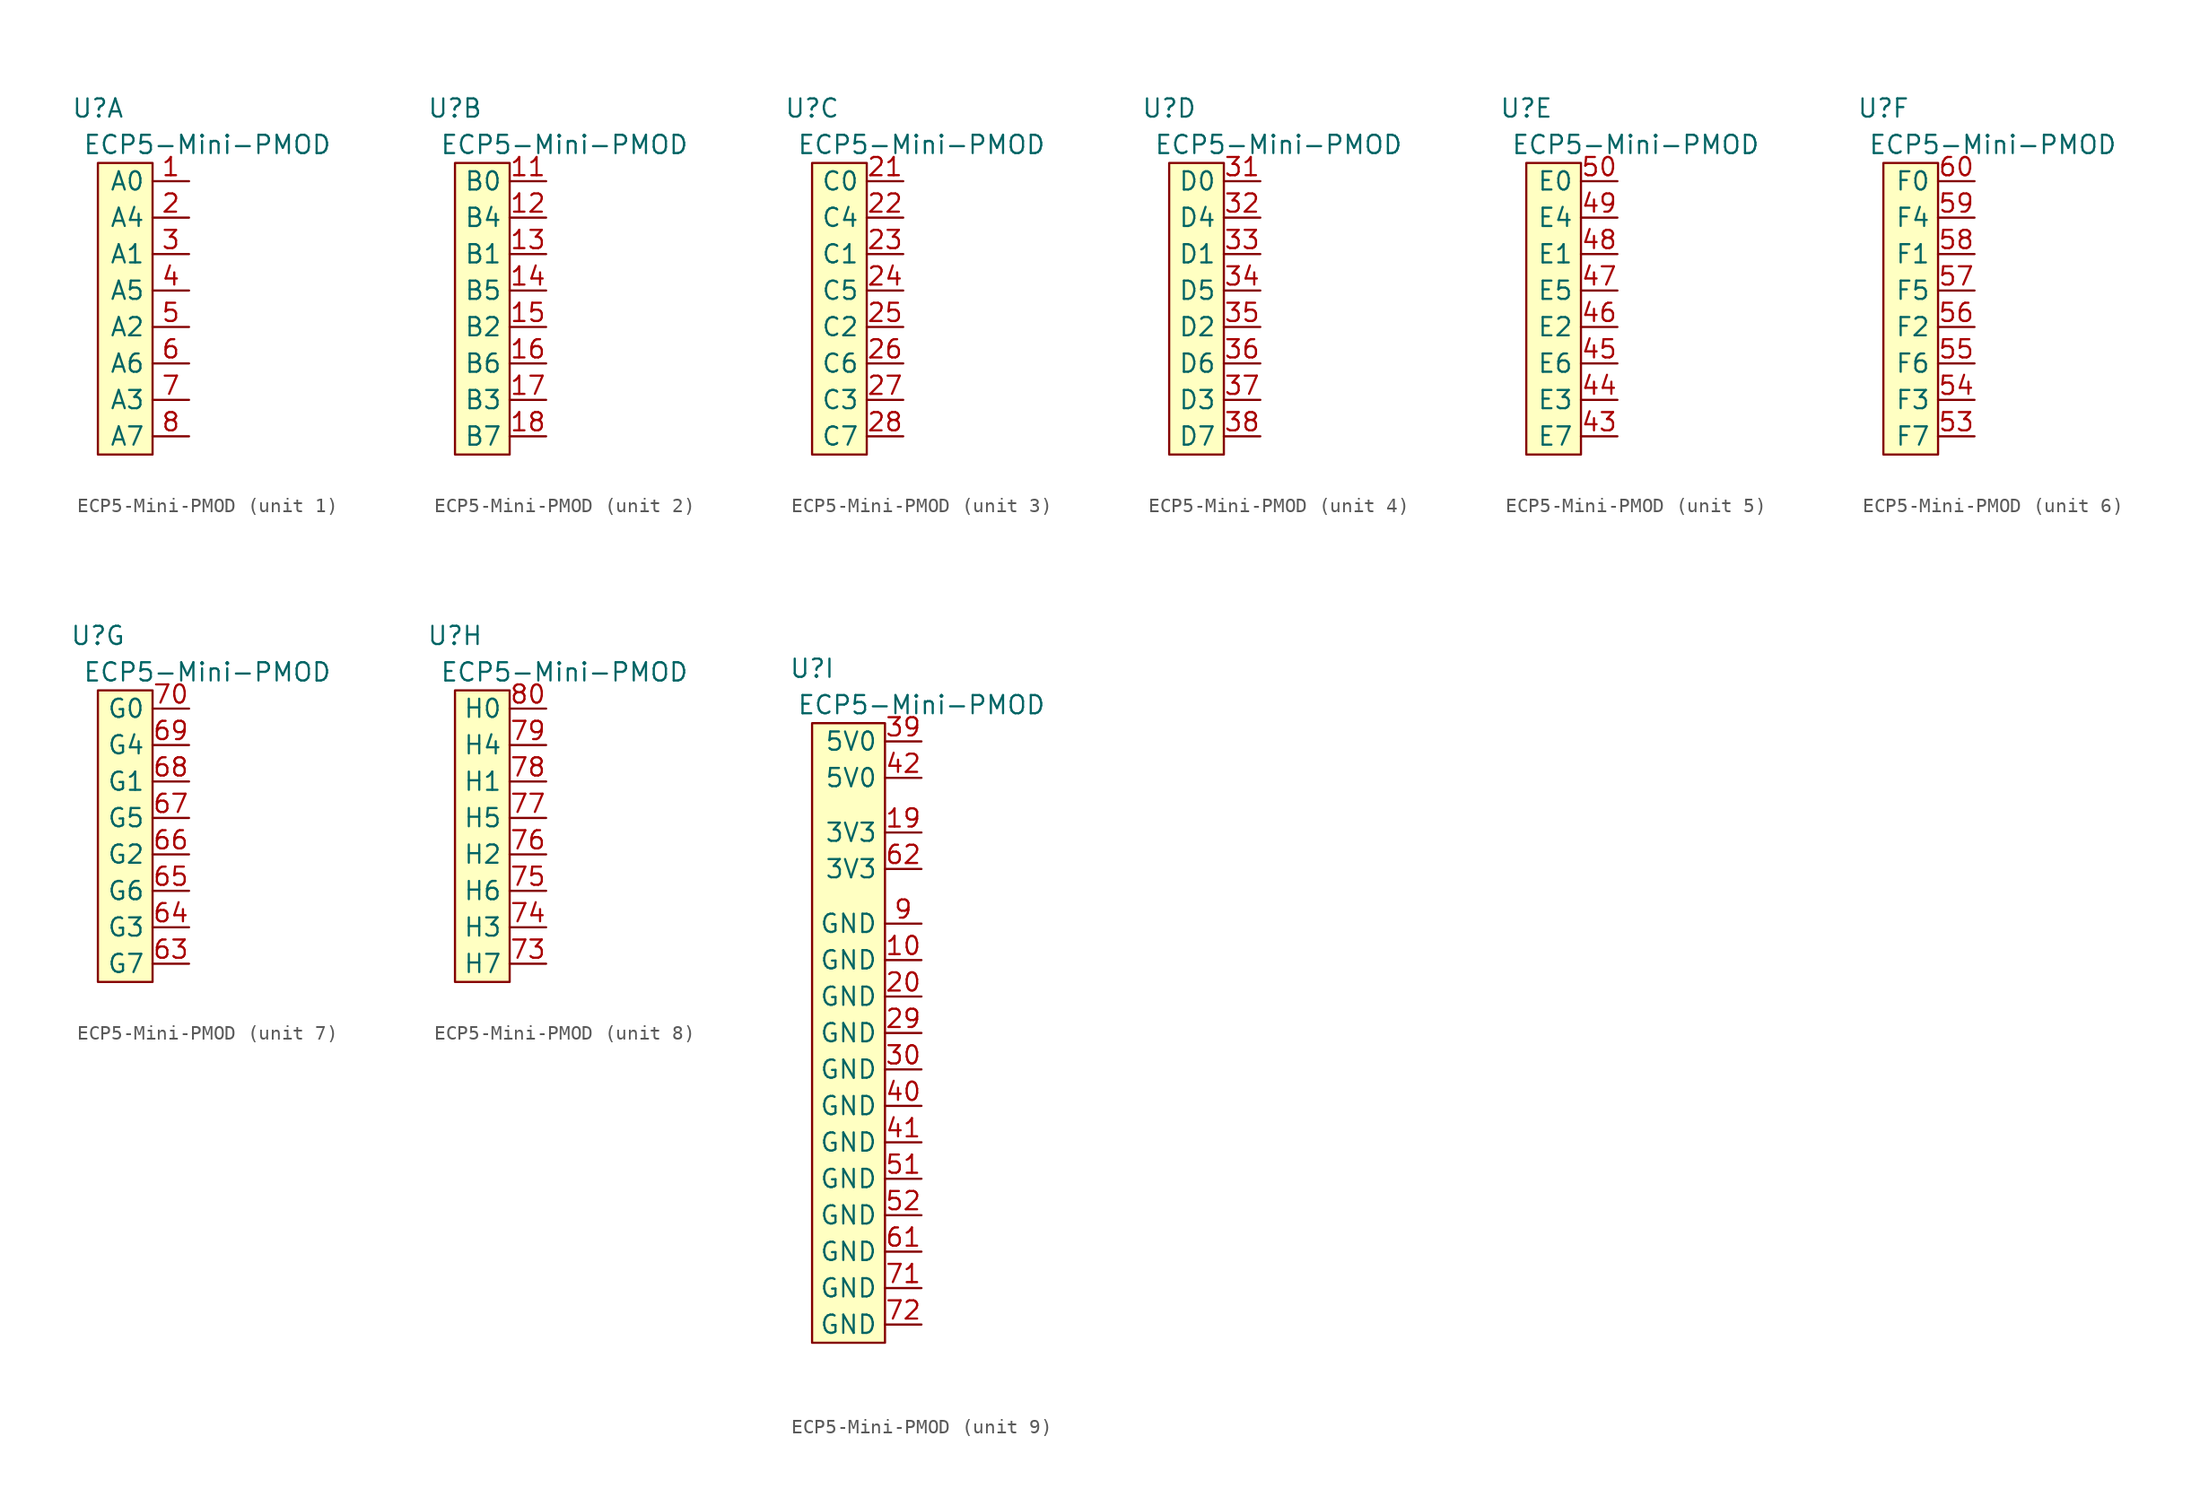
<source format=kicad_sym>
(kicad_symbol_lib
  (version 20201005)
  (generator kicad_symbol_editor)
  (symbol "ecp5-mini:ECP5-Mini-PMOD"
    (property "Reference" "U"
      (at -3.81 13.97 0)
      (effects (font (size 1.27 1.27))))
    (property "Value" "ECP5-Mini-PMOD"
      (at 3.81 11.43 0)
      (effects (font (size 1.27 1.27))))
    (symbol "ECP5-Mini-PMOD_1_1"
      (rectangle (start -3.81 10.16) (end 0 -10.16) (stroke (width 0.152)) (fill (type background)))
      (pin bidirectional line (at 2.54 8.89 180) (length 2.54) (name "A0" (effects (font (size 1.27 1.27)))) (number "1" (effects (font (size 1.27 1.27)))))
      (pin bidirectional line (at 2.54 6.35 180) (length 2.54) (name "A4" (effects (font (size 1.27 1.27)))) (number "2" (effects (font (size 1.27 1.27)))))
      (pin bidirectional line (at 2.54 3.81 180) (length 2.54) (name "A1" (effects (font (size 1.27 1.27)))) (number "3" (effects (font (size 1.27 1.27)))))
      (pin bidirectional line (at 2.54 1.27 180) (length 2.54) (name "A5" (effects (font (size 1.27 1.27)))) (number "4" (effects (font (size 1.27 1.27)))))
      (pin bidirectional line (at 2.54 -1.27 180) (length 2.54) (name "A2" (effects (font (size 1.27 1.27)))) (number "5" (effects (font (size 1.27 1.27)))))
      (pin bidirectional line (at 2.54 -3.81 180) (length 2.54) (name "A6" (effects (font (size 1.27 1.27)))) (number "6" (effects (font (size 1.27 1.27)))))
      (pin bidirectional line (at 2.54 -6.35 180) (length 2.54) (name "A3" (effects (font (size 1.27 1.27)))) (number "7" (effects (font (size 1.27 1.27)))))
      (pin bidirectional line (at 2.54 -8.89 180) (length 2.54) (name "A7" (effects (font (size 1.27 1.27)))) (number "8" (effects (font (size 1.27 1.27))))))
    (symbol "ECP5-Mini-PMOD_2_1"
      (rectangle (start -3.81 10.16) (end 0 -10.16) (stroke (width 0.152)) (fill (type background)))
      (pin bidirectional line (at 2.54 8.89 180) (length 2.54) (name "B0" (effects (font (size 1.27 1.27)))) (number "11" (effects (font (size 1.27 1.27)))))
      (pin bidirectional line (at 2.54 6.35 180) (length 2.54) (name "B4" (effects (font (size 1.27 1.27)))) (number "12" (effects (font (size 1.27 1.27)))))
      (pin bidirectional line (at 2.54 3.81 180) (length 2.54) (name "B1" (effects (font (size 1.27 1.27)))) (number "13" (effects (font (size 1.27 1.27)))))
      (pin bidirectional line (at 2.54 1.27 180) (length 2.54) (name "B5" (effects (font (size 1.27 1.27)))) (number "14" (effects (font (size 1.27 1.27)))))
      (pin bidirectional line (at 2.54 -1.27 180) (length 2.54) (name "B2" (effects (font (size 1.27 1.27)))) (number "15" (effects (font (size 1.27 1.27)))))
      (pin bidirectional line (at 2.54 -3.81 180) (length 2.54) (name "B6" (effects (font (size 1.27 1.27)))) (number "16" (effects (font (size 1.27 1.27)))))
      (pin bidirectional line (at 2.54 -6.35 180) (length 2.54) (name "B3" (effects (font (size 1.27 1.27)))) (number "17" (effects (font (size 1.27 1.27)))))
      (pin bidirectional line (at 2.54 -8.89 180) (length 2.54) (name "B7" (effects (font (size 1.27 1.27)))) (number "18" (effects (font (size 1.27 1.27))))))
    (symbol "ECP5-Mini-PMOD_3_1"
      (rectangle (start -3.81 10.16) (end 0 -10.16) (stroke (width 0.152)) (fill (type background)))
      (pin bidirectional line (at 2.54 8.89 180) (length 2.54) (name "C0" (effects (font (size 1.27 1.27)))) (number "21" (effects (font (size 1.27 1.27)))))
      (pin bidirectional line (at 2.54 6.35 180) (length 2.54) (name "C4" (effects (font (size 1.27 1.27)))) (number "22" (effects (font (size 1.27 1.27)))))
      (pin bidirectional line (at 2.54 3.81 180) (length 2.54) (name "C1" (effects (font (size 1.27 1.27)))) (number "23" (effects (font (size 1.27 1.27)))))
      (pin bidirectional line (at 2.54 1.27 180) (length 2.54) (name "C5" (effects (font (size 1.27 1.27)))) (number "24" (effects (font (size 1.27 1.27)))))
      (pin bidirectional line (at 2.54 -1.27 180) (length 2.54) (name "C2" (effects (font (size 1.27 1.27)))) (number "25" (effects (font (size 1.27 1.27)))))
      (pin bidirectional line (at 2.54 -3.81 180) (length 2.54) (name "C6" (effects (font (size 1.27 1.27)))) (number "26" (effects (font (size 1.27 1.27)))))
      (pin bidirectional line (at 2.54 -6.35 180) (length 2.54) (name "C3" (effects (font (size 1.27 1.27)))) (number "27" (effects (font (size 1.27 1.27)))))
      (pin bidirectional line (at 2.54 -8.89 180) (length 2.54) (name "C7" (effects (font (size 1.27 1.27)))) (number "28" (effects (font (size 1.27 1.27))))))
    (symbol "ECP5-Mini-PMOD_4_1"
      (rectangle (start -3.81 10.16) (end 0 -10.16) (stroke (width 0.152)) (fill (type background)))
      (pin bidirectional line (at 2.54 8.89 180) (length 2.54) (name "D0" (effects (font (size 1.27 1.27)))) (number "31" (effects (font (size 1.27 1.27)))))
      (pin bidirectional line (at 2.54 6.35 180) (length 2.54) (name "D4" (effects (font (size 1.27 1.27)))) (number "32" (effects (font (size 1.27 1.27)))))
      (pin bidirectional line (at 2.54 3.81 180) (length 2.54) (name "D1" (effects (font (size 1.27 1.27)))) (number "33" (effects (font (size 1.27 1.27)))))
      (pin bidirectional line (at 2.54 1.27 180) (length 2.54) (name "D5" (effects (font (size 1.27 1.27)))) (number "34" (effects (font (size 1.27 1.27)))))
      (pin bidirectional line (at 2.54 -1.27 180) (length 2.54) (name "D2" (effects (font (size 1.27 1.27)))) (number "35" (effects (font (size 1.27 1.27)))))
      (pin bidirectional line (at 2.54 -3.81 180) (length 2.54) (name "D6" (effects (font (size 1.27 1.27)))) (number "36" (effects (font (size 1.27 1.27)))))
      (pin bidirectional line (at 2.54 -6.35 180) (length 2.54) (name "D3" (effects (font (size 1.27 1.27)))) (number "37" (effects (font (size 1.27 1.27)))))
      (pin bidirectional line (at 2.54 -8.89 180) (length 2.54) (name "D7" (effects (font (size 1.27 1.27)))) (number "38" (effects (font (size 1.27 1.27))))))
    (symbol "ECP5-Mini-PMOD_5_1"
      (rectangle (start -3.81 10.16) (end 0 -10.16) (stroke (width 0.152)) (fill (type background)))
      (pin bidirectional line (at 2.54 -8.89 180) (length 2.54) (name "E7" (effects (font (size 1.27 1.27)))) (number "43" (effects (font (size 1.27 1.27)))))
      (pin bidirectional line (at 2.54 -6.35 180) (length 2.54) (name "E3" (effects (font (size 1.27 1.27)))) (number "44" (effects (font (size 1.27 1.27)))))
      (pin bidirectional line (at 2.54 -3.81 180) (length 2.54) (name "E6" (effects (font (size 1.27 1.27)))) (number "45" (effects (font (size 1.27 1.27)))))
      (pin bidirectional line (at 2.54 -1.27 180) (length 2.54) (name "E2" (effects (font (size 1.27 1.27)))) (number "46" (effects (font (size 1.27 1.27)))))
      (pin bidirectional line (at 2.54 1.27 180) (length 2.54) (name "E5" (effects (font (size 1.27 1.27)))) (number "47" (effects (font (size 1.27 1.27)))))
      (pin bidirectional line (at 2.54 3.81 180) (length 2.54) (name "E1" (effects (font (size 1.27 1.27)))) (number "48" (effects (font (size 1.27 1.27)))))
      (pin bidirectional line (at 2.54 6.35 180) (length 2.54) (name "E4" (effects (font (size 1.27 1.27)))) (number "49" (effects (font (size 1.27 1.27)))))
      (pin bidirectional line (at 2.54 8.89 180) (length 2.54) (name "E0" (effects (font (size 1.27 1.27)))) (number "50" (effects (font (size 1.27 1.27))))))
    (symbol "ECP5-Mini-PMOD_6_1"
      (rectangle (start -3.81 10.16) (end 0 -10.16) (stroke (width 0.152)) (fill (type background)))
      (pin bidirectional line (at 2.54 -8.89 180) (length 2.54) (name "F7" (effects (font (size 1.27 1.27)))) (number "53" (effects (font (size 1.27 1.27)))))
      (pin bidirectional line (at 2.54 -6.35 180) (length 2.54) (name "F3" (effects (font (size 1.27 1.27)))) (number "54" (effects (font (size 1.27 1.27)))))
      (pin bidirectional line (at 2.54 -3.81 180) (length 2.54) (name "F6" (effects (font (size 1.27 1.27)))) (number "55" (effects (font (size 1.27 1.27)))))
      (pin bidirectional line (at 2.54 -1.27 180) (length 2.54) (name "F2" (effects (font (size 1.27 1.27)))) (number "56" (effects (font (size 1.27 1.27)))))
      (pin bidirectional line (at 2.54 1.27 180) (length 2.54) (name "F5" (effects (font (size 1.27 1.27)))) (number "57" (effects (font (size 1.27 1.27)))))
      (pin bidirectional line (at 2.54 3.81 180) (length 2.54) (name "F1" (effects (font (size 1.27 1.27)))) (number "58" (effects (font (size 1.27 1.27)))))
      (pin bidirectional line (at 2.54 6.35 180) (length 2.54) (name "F4" (effects (font (size 1.27 1.27)))) (number "59" (effects (font (size 1.27 1.27)))))
      (pin bidirectional line (at 2.54 8.89 180) (length 2.54) (name "F0" (effects (font (size 1.27 1.27)))) (number "60" (effects (font (size 1.27 1.27))))))
    (symbol "ECP5-Mini-PMOD_7_1"
      (rectangle (start -3.81 10.16) (end 0 -10.16) (stroke (width 0.152)) (fill (type background)))
      (pin bidirectional line (at 2.54 -8.89 180) (length 2.54) (name "G7" (effects (font (size 1.27 1.27)))) (number "63" (effects (font (size 1.27 1.27)))))
      (pin bidirectional line (at 2.54 -6.35 180) (length 2.54) (name "G3" (effects (font (size 1.27 1.27)))) (number "64" (effects (font (size 1.27 1.27)))))
      (pin bidirectional line (at 2.54 -3.81 180) (length 2.54) (name "G6" (effects (font (size 1.27 1.27)))) (number "65" (effects (font (size 1.27 1.27)))))
      (pin bidirectional line (at 2.54 -1.27 180) (length 2.54) (name "G2" (effects (font (size 1.27 1.27)))) (number "66" (effects (font (size 1.27 1.27)))))
      (pin bidirectional line (at 2.54 1.27 180) (length 2.54) (name "G5" (effects (font (size 1.27 1.27)))) (number "67" (effects (font (size 1.27 1.27)))))
      (pin bidirectional line (at 2.54 3.81 180) (length 2.54) (name "G1" (effects (font (size 1.27 1.27)))) (number "68" (effects (font (size 1.27 1.27)))))
      (pin bidirectional line (at 2.54 6.35 180) (length 2.54) (name "G4" (effects (font (size 1.27 1.27)))) (number "69" (effects (font (size 1.27 1.27)))))
      (pin bidirectional line (at 2.54 8.89 180) (length 2.54) (name "G0" (effects (font (size 1.27 1.27)))) (number "70" (effects (font (size 1.27 1.27))))))
    (symbol "ECP5-Mini-PMOD_8_1"
      (rectangle (start -3.81 10.16) (end 0 -10.16) (stroke (width 0.152)) (fill (type background)))
      (pin bidirectional line (at 2.54 -8.89 180) (length 2.54) (name "H7" (effects (font (size 1.27 1.27)))) (number "73" (effects (font (size 1.27 1.27)))))
      (pin bidirectional line (at 2.54 -6.35 180) (length 2.54) (name "H3" (effects (font (size 1.27 1.27)))) (number "74" (effects (font (size 1.27 1.27)))))
      (pin bidirectional line (at 2.54 -3.81 180) (length 2.54) (name "H6" (effects (font (size 1.27 1.27)))) (number "75" (effects (font (size 1.27 1.27)))))
      (pin bidirectional line (at 2.54 -1.27 180) (length 2.54) (name "H2" (effects (font (size 1.27 1.27)))) (number "76" (effects (font (size 1.27 1.27)))))
      (pin bidirectional line (at 2.54 1.27 180) (length 2.54) (name "H5" (effects (font (size 1.27 1.27)))) (number "77" (effects (font (size 1.27 1.27)))))
      (pin bidirectional line (at 2.54 3.81 180) (length 2.54) (name "H1" (effects (font (size 1.27 1.27)))) (number "78" (effects (font (size 1.27 1.27)))))
      (pin bidirectional line (at 2.54 6.35 180) (length 2.54) (name "H4" (effects (font (size 1.27 1.27)))) (number "79" (effects (font (size 1.27 1.27)))))
      (pin bidirectional line (at 2.54 8.89 180) (length 2.54) (name "H0" (effects (font (size 1.27 1.27)))) (number "80" (effects (font (size 1.27 1.27))))))
    (symbol "ECP5-Mini-PMOD_9_1"
      (rectangle (start -3.81 10.16) (end 1.27 -33.02) (stroke (width 0.152)) (fill (type background)))
      (pin power_out line (at 3.81 -6.35 180) (length 2.54) (name "GND" (effects (font (size 1.27 1.27)))) (number "10" (effects (font (size 1.27 1.27)))))
      (pin power_out line (at 3.81 2.54 180) (length 2.54) (name "3V3" (effects (font (size 1.27 1.27)))) (number "19" (effects (font (size 1.27 1.27)))))
      (pin power_out line (at 3.81 -8.89 180) (length 2.54) (name "GND" (effects (font (size 1.27 1.27)))) (number "20" (effects (font (size 1.27 1.27)))))
      (pin power_out line (at 3.81 -11.43 180) (length 2.54) (name "GND" (effects (font (size 1.27 1.27)))) (number "29" (effects (font (size 1.27 1.27)))))
      (pin power_out line (at 3.81 -13.97 180) (length 2.54) (name "GND" (effects (font (size 1.27 1.27)))) (number "30" (effects (font (size 1.27 1.27)))))
      (pin power_in line (at 3.81 8.89 180) (length 2.54) (name "5V0" (effects (font (size 1.27 1.27)))) (number "39" (effects (font (size 1.27 1.27)))))
      (pin power_out line (at 3.81 -16.51 180) (length 2.54) (name "GND" (effects (font (size 1.27 1.27)))) (number "40" (effects (font (size 1.27 1.27)))))
      (pin power_out line (at 3.81 -19.05 180) (length 2.54) (name "GND" (effects (font (size 1.27 1.27)))) (number "41" (effects (font (size 1.27 1.27)))))
      (pin power_in line (at 3.81 6.35 180) (length 2.54) (name "5V0" (effects (font (size 1.27 1.27)))) (number "42" (effects (font (size 1.27 1.27)))))
      (pin power_out line (at 3.81 -21.59 180) (length 2.54) (name "GND" (effects (font (size 1.27 1.27)))) (number "51" (effects (font (size 1.27 1.27)))))
      (pin power_out line (at 3.81 -24.13 180) (length 2.54) (name "GND" (effects (font (size 1.27 1.27)))) (number "52" (effects (font (size 1.27 1.27)))))
      (pin power_out line (at 3.81 -26.67 180) (length 2.54) (name "GND" (effects (font (size 1.27 1.27)))) (number "61" (effects (font (size 1.27 1.27)))))
      (pin power_out line (at 3.81 0 180) (length 2.54) (name "3V3" (effects (font (size 1.27 1.27)))) (number "62" (effects (font (size 1.27 1.27)))))
      (pin power_out line (at 3.81 -29.21 180) (length 2.54) (name "GND" (effects (font (size 1.27 1.27)))) (number "71" (effects (font (size 1.27 1.27)))))
      (pin power_out line (at 3.81 -31.75 180) (length 2.54) (name "GND" (effects (font (size 1.27 1.27)))) (number "72" (effects (font (size 1.27 1.27)))))
      (pin power_out line (at 3.81 -3.81 180) (length 2.54) (name "GND" (effects (font (size 1.27 1.27)))) (number "9" (effects (font (size 1.27 1.27))))))))
</source>
